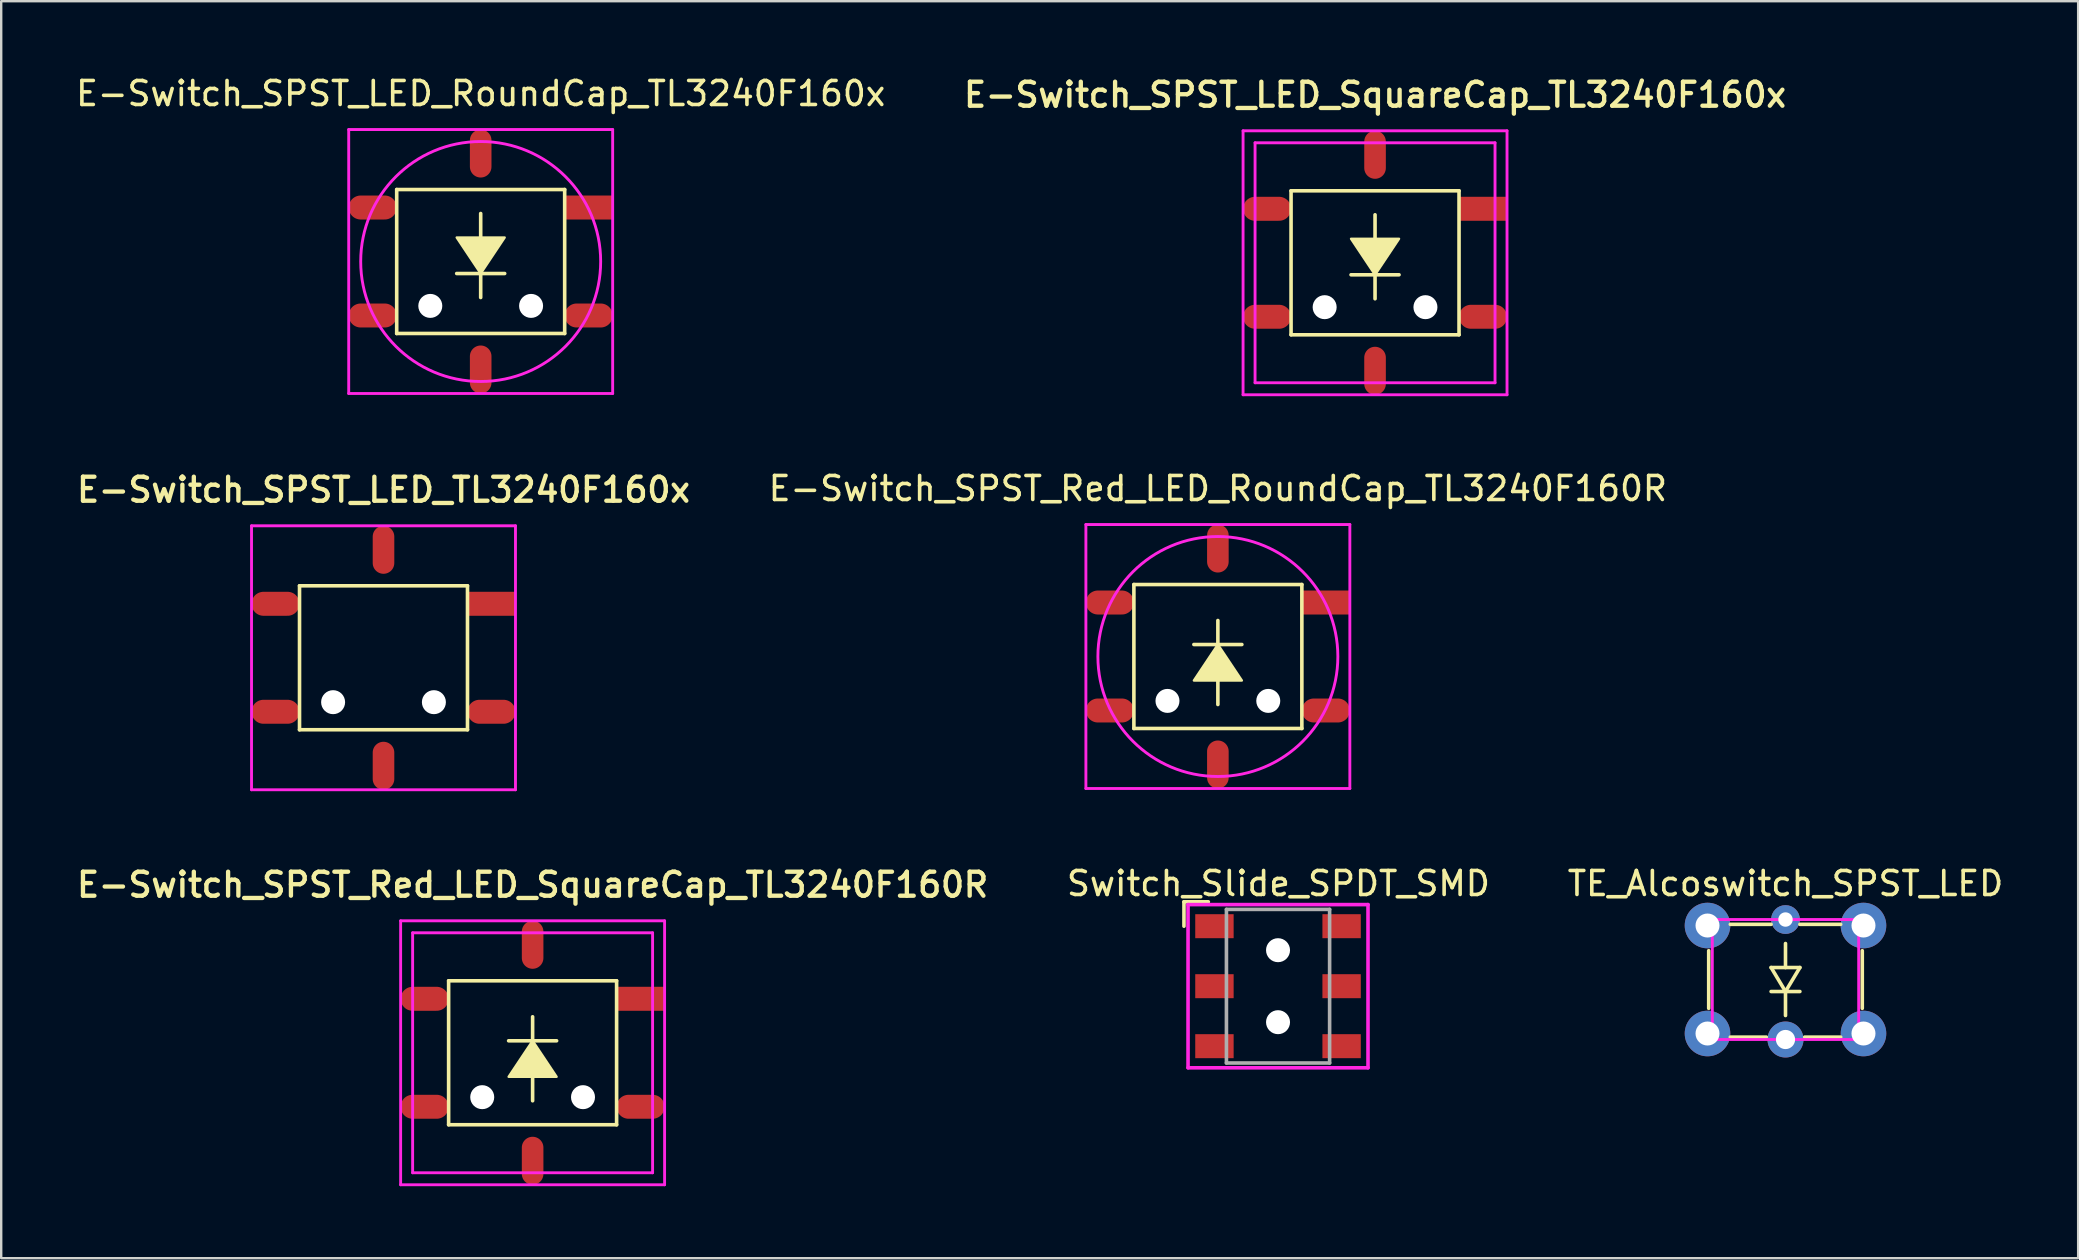
<source format=kicad_pcb>
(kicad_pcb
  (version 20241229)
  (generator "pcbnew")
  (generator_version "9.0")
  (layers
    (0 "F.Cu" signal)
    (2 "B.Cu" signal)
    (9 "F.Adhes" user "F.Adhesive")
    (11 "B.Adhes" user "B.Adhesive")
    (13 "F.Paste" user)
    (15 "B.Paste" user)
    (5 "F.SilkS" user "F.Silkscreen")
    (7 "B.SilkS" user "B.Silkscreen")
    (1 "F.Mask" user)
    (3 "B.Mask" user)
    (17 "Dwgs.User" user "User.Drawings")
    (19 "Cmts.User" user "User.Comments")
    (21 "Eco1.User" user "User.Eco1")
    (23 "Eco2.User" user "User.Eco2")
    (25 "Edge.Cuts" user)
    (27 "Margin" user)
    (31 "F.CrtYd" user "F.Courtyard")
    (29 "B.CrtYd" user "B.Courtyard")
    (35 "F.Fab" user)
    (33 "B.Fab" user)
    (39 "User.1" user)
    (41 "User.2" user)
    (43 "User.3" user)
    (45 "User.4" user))
  (footprint "E-Switch_SPST_LED_SquareCap_TL3240F160x"
    (layer "F.Cu")
    (at 54.253 7.901)
    (property "Reference" "E-Switch_SPST_LED_SquareCap_TL3240F160x" (at 0 -7 0) (layer "F.SilkS") (effects (font (size 1 1) (thickness 0.18))))
    (attr through_hole)
    (fp_line (start -3.5 -3) (end 3.5 -3) (stroke (width 0.15) (type solid)) (layer "F.SilkS"))
    (fp_line (start -3.5 3) (end -3.5 -3) (stroke (width 0.15) (type solid)) (layer "F.SilkS"))
    (fp_line (start 0 -2) (end 0 1.5) (stroke (width 0.15) (type solid)) (layer "F.SilkS"))
    (fp_line (start 1 0.5) (end -1 0.5) (stroke (width 0.15) (type solid)) (layer "F.SilkS"))
    (fp_line (start 3.5 -3) (end 3.5 3) (stroke (width 0.15) (type solid)) (layer "F.SilkS"))
    (fp_line (start 3.5 3) (end -3.5 3) (stroke (width 0.15) (type solid)) (layer "F.SilkS"))
    (fp_poly (pts (xy 0 0.5) (xy 1 -1) (xy -1 -1)) (stroke (width 0.1) (type solid)) (fill yes) (layer "F.SilkS"))
    (fp_line (start -5.5 -5.5) (end 5.5 -5.5) (stroke (width 0.12) (type solid)) (layer "F.CrtYd"))
    (fp_line (start -5.5 5.5) (end -5.5 -5.5) (stroke (width 0.12) (type solid)) (layer "F.CrtYd"))
    (fp_line (start -5 -5) (end 5 -5) (stroke (width 0.12) (type solid)) (layer "F.CrtYd"))
    (fp_line (start -5 5) (end -5 -5) (stroke (width 0.12) (type solid)) (layer "F.CrtYd"))
    (fp_line (start 5 -5) (end 5 5) (stroke (width 0.12) (type solid)) (layer "F.CrtYd"))
    (fp_line (start 5 5) (end -5 5) (stroke (width 0.12) (type solid)) (layer "F.CrtYd"))
    (fp_line (start 5.5 -5.5) (end 5.5 5.5) (stroke (width 0.12) (type solid)) (layer "F.CrtYd"))
    (fp_line (start 5.5 5.5) (end -5.5 5.5) (stroke (width 0.12) (type solid)) (layer "F.CrtYd"))
    (pad "" np_thru_hole circle (at -2.1 1.85) (size 1 1) (drill 1) (layers "*.Cu" "*.Mask"))
    (pad "" np_thru_hole circle (at 2.1 1.85) (size 1 1) (drill 1) (layers "*.Cu" "*.Mask"))
    (pad "1" smd rect (at 4.5 -2.25) (size 2 1) (layers "F.Cu" "F.Mask" "F.Paste"))
    (pad "2" smd oval (at -4.5 -2.25) (size 2 1) (layers "F.Cu" "F.Mask" "F.Paste"))
    (pad "3" smd oval (at 4.5 2.25) (size 2 1) (layers "F.Cu" "F.Mask" "F.Paste"))
    (pad "4" smd oval (at -4.5 2.25) (size 2 1) (layers "F.Cu" "F.Mask" "F.Paste"))
    (pad "A" smd oval (at 0 -4.5) (size 0.9 2) (layers "F.Cu" "F.Mask" "F.Paste"))
    (pad "K" smd oval (at 0 4.5) (size 0.9 2) (layers "F.Cu" "F.Mask" "F.Paste")))
  (footprint "TE_Alcoswitch_SPST_LED"
    (layer "F.Cu")
    (at 71.358 37.77)
    (property "Reference" "TE_Alcoswitch_SPST_LED" (at 0 -4 0) (layer "F.SilkS") (effects (font (size 1 1) (thickness 0.15))))
    (attr through_hole)
    (fp_line (start -3.2 1.2) (end -3.2 -1.2) (stroke (width 0.15) (type solid)) (layer "F.SilkS"))
    (fp_line (start -2.3 -2.3) (end -0.6 -2.3) (stroke (width 0.15) (type solid)) (layer "F.SilkS"))
    (fp_line (start -2.3 2.4) (end -0.8 2.4) (stroke (width 0.15) (type solid)) (layer "F.SilkS"))
    (fp_line (start -0.6 -0.5) (end 0.6 -0.5) (stroke (width 0.15) (type solid)) (layer "F.SilkS"))
    (fp_line (start -0.6 0.5) (end 0.6 0.5) (stroke (width 0.15) (type solid)) (layer "F.SilkS"))
    (fp_line (start 0 -0.5) (end 0 -1.5) (stroke (width 0.15) (type solid)) (layer "F.SilkS"))
    (fp_line (start 0 0.5) (end -0.6 -0.5) (stroke (width 0.15) (type solid)) (layer "F.SilkS"))
    (fp_line (start 0 0.5) (end 0 1.5) (stroke (width 0.15) (type solid)) (layer "F.SilkS"))
    (fp_line (start 0.6 -0.5) (end 0 0.5) (stroke (width 0.15) (type solid)) (layer "F.SilkS"))
    (fp_line (start 2.3 -2.3) (end 0.6 -2.3) (stroke (width 0.15) (type solid)) (layer "F.SilkS"))
    (fp_line (start 2.3 2.4) (end 0.8 2.4) (stroke (width 0.15) (type solid)) (layer "F.SilkS"))
    (fp_line (start 3.2 -1.2) (end 3.2 1.2) (stroke (width 0.15) (type solid)) (layer "F.SilkS"))
    (fp_line (start -3.05 -2.5) (end 3.05 -2.5) (stroke (width 0.12) (type solid)) (layer "F.CrtYd"))
    (fp_line (start -3.05 2.5) (end -3.05 -2.5) (stroke (width 0.12) (type solid)) (layer "F.CrtYd"))
    (fp_line (start 3.05 -2.5) (end 3.05 2.5) (stroke (width 0.12) (type solid)) (layer "F.CrtYd"))
    (fp_line (start 3.05 2.5) (end -3.05 2.5) (stroke (width 0.12) (type solid)) (layer "F.CrtYd"))
    (pad "1" thru_hole circle (at -3.25 -2.25) (size 1.9 1.9) (drill 1) (layers "*.Cu" "*.Mask"))
    (pad "2" thru_hole circle (at 3.25 -2.25) (size 1.9 1.9) (drill 1) (layers "*.Cu" "*.Mask"))
    (pad "3" thru_hole circle (at -3.25 2.25) (size 1.9 1.9) (drill 1) (layers "*.Cu" "*.Mask"))
    (pad "4" thru_hole circle (at 3.25 2.25) (size 1.9 1.9) (drill 1) (layers "*.Cu" "*.Mask"))
    (pad "A" thru_hole circle (at 0 -2.5) (size 1.2 1.2) (drill 0.6) (layers "*.Cu" "*.Mask"))
    (pad "K" thru_hole circle (at 0 2.5) (size 1.5 1.5) (drill 0.8) (layers "*.Cu" "*.Mask")))
  (footprint "E-Switch_SPST_Red_LED_RoundCap_TL3240F160R"
    (layer "F.Cu")
    (at 47.703 24.309)
    (property "Reference" "E-Switch_SPST_Red_LED_RoundCap_TL3240F160R" (at 0 -7 0) (layer "F.SilkS") (effects (font (size 1 1) (thickness 0.15))))
    (attr through_hole)
    (fp_line (start -3.5 -3) (end 3.5 -3) (stroke (width 0.15) (type solid)) (layer "F.SilkS"))
    (fp_line (start -3.5 3) (end -3.5 -3) (stroke (width 0.15) (type solid)) (layer "F.SilkS"))
    (fp_line (start -1 -0.5) (end 1 -0.5) (stroke (width 0.15) (type solid)) (layer "F.SilkS"))
    (fp_line (start 0 2) (end 0 -1.5) (stroke (width 0.15) (type solid)) (layer "F.SilkS"))
    (fp_line (start 3.5 -3) (end 3.5 3) (stroke (width 0.15) (type solid)) (layer "F.SilkS"))
    (fp_line (start 3.5 3) (end -3.5 3) (stroke (width 0.15) (type solid)) (layer "F.SilkS"))
    (fp_poly (pts (xy 0 -0.5) (xy -1 1) (xy 1 1)) (stroke (width 0.1) (type solid)) (fill yes) (layer "F.SilkS"))
    (fp_line (start -5.5 -5.5) (end 5.5 -5.5) (stroke (width 0.12) (type solid)) (layer "F.CrtYd"))
    (fp_line (start -5.5 5.5) (end -5.5 -5.5) (stroke (width 0.12) (type solid)) (layer "F.CrtYd"))
    (fp_line (start 5.5 -5.5) (end 5.5 5.5) (stroke (width 0.12) (type solid)) (layer "F.CrtYd"))
    (fp_line (start 5.5 5.5) (end -5.5 5.5) (stroke (width 0.12) (type solid)) (layer "F.CrtYd"))
    (fp_circle (center 0 0) (end 5 0) (stroke (width 0.12) (type solid)) (fill no) (layer "F.CrtYd"))
    (pad "" np_thru_hole circle (at -2.1 1.85) (size 1 1) (drill 1) (layers "*.Cu" "*.Mask"))
    (pad "" np_thru_hole circle (at 2.1 1.85) (size 1 1) (drill 1) (layers "*.Cu" "*.Mask"))
    (pad "1" smd rect (at 4.5 -2.25) (size 2 1) (layers "F.Cu" "F.Mask" "F.Paste"))
    (pad "2" smd oval (at -4.5 -2.25) (size 2 1) (layers "F.Cu" "F.Mask" "F.Paste"))
    (pad "3" smd oval (at 4.5 2.25) (size 2 1) (layers "F.Cu" "F.Mask" "F.Paste"))
    (pad "4" smd oval (at -4.5 2.25) (size 2 1) (layers "F.Cu" "F.Mask" "F.Paste"))
    (pad "A" smd oval (at 0 4.5) (size 0.9 2) (layers "F.Cu" "F.Mask" "F.Paste"))
    (pad "K" smd oval (at 0 -4.5) (size 0.9 2) (layers "F.Cu" "F.Mask" "F.Paste")))
  (footprint "E-Switch_SPST_Red_LED_SquareCap_TL3240F160R"
    (layer "F.Cu")
    (at 19.146 40.823)
    (property "Reference" "E-Switch_SPST_Red_LED_SquareCap_TL3240F160R" (at 0 -7 0) (layer "F.SilkS") (effects (font (size 1 1) (thickness 0.18))))
    (attr through_hole)
    (fp_line (start -3.5 -3) (end 3.5 -3) (stroke (width 0.15) (type solid)) (layer "F.SilkS"))
    (fp_line (start -3.5 3) (end -3.5 -3) (stroke (width 0.15) (type solid)) (layer "F.SilkS"))
    (fp_line (start -1 -0.5) (end 1 -0.5) (stroke (width 0.15) (type solid)) (layer "F.SilkS"))
    (fp_line (start 0 2) (end 0 -1.5) (stroke (width 0.15) (type solid)) (layer "F.SilkS"))
    (fp_line (start 3.5 -3) (end 3.5 3) (stroke (width 0.15) (type solid)) (layer "F.SilkS"))
    (fp_line (start 3.5 3) (end -3.5 3) (stroke (width 0.15) (type solid)) (layer "F.SilkS"))
    (fp_poly (pts (xy 0 -0.5) (xy -1 1) (xy 1 1)) (stroke (width 0.1) (type solid)) (fill yes) (layer "F.SilkS"))
    (fp_line (start -5.5 -5.5) (end 5.5 -5.5) (stroke (width 0.12) (type solid)) (layer "F.CrtYd"))
    (fp_line (start -5.5 5.5) (end -5.5 -5.5) (stroke (width 0.12) (type solid)) (layer "F.CrtYd"))
    (fp_line (start -5 -5) (end 5 -5) (stroke (width 0.12) (type solid)) (layer "F.CrtYd"))
    (fp_line (start -5 5) (end -5 -5) (stroke (width 0.12) (type solid)) (layer "F.CrtYd"))
    (fp_line (start 5 -5) (end 5 5) (stroke (width 0.12) (type solid)) (layer "F.CrtYd"))
    (fp_line (start 5 5) (end -5 5) (stroke (width 0.12) (type solid)) (layer "F.CrtYd"))
    (fp_line (start 5.5 -5.5) (end 5.5 5.5) (stroke (width 0.12) (type solid)) (layer "F.CrtYd"))
    (fp_line (start 5.5 5.5) (end -5.5 5.5) (stroke (width 0.12) (type solid)) (layer "F.CrtYd"))
    (pad "" np_thru_hole circle (at -2.1 1.85) (size 1 1) (drill 1) (layers "*.Cu" "*.Mask"))
    (pad "" np_thru_hole circle (at 2.1 1.85) (size 1 1) (drill 1) (layers "*.Cu" "*.Mask"))
    (pad "1" smd rect (at 4.5 -2.25) (size 2 1) (layers "F.Cu" "F.Mask" "F.Paste"))
    (pad "2" smd oval (at -4.5 -2.25) (size 2 1) (layers "F.Cu" "F.Mask" "F.Paste"))
    (pad "3" smd oval (at 4.5 2.25) (size 2 1) (layers "F.Cu" "F.Mask" "F.Paste"))
    (pad "4" smd oval (at -4.5 2.25) (size 2 1) (layers "F.Cu" "F.Mask" "F.Paste"))
    (pad "A" smd oval (at 0 4.5) (size 0.9 2) (layers "F.Cu" "F.Mask" "F.Paste"))
    (pad "K" smd oval (at 0 -4.5) (size 0.9 2) (layers "F.Cu" "F.Mask" "F.Paste")))
  (footprint "E-Switch_SPST_LED_RoundCap_TL3240F160x"
    (layer "F.Cu")
    (at 16.982 7.848)
    (property "Reference" "E-Switch_SPST_LED_RoundCap_TL3240F160x" (at 0 -7 0) (layer "F.SilkS") (effects (font (size 1 1) (thickness 0.15))))
    (attr through_hole)
    (fp_line (start -3.5 -3) (end 3.5 -3) (stroke (width 0.15) (type solid)) (layer "F.SilkS"))
    (fp_line (start -3.5 3) (end -3.5 -3) (stroke (width 0.15) (type solid)) (layer "F.SilkS"))
    (fp_line (start 0 -2) (end 0 1.5) (stroke (width 0.15) (type solid)) (layer "F.SilkS"))
    (fp_line (start 1 0.5) (end -1 0.5) (stroke (width 0.15) (type solid)) (layer "F.SilkS"))
    (fp_line (start 3.5 -3) (end 3.5 3) (stroke (width 0.15) (type solid)) (layer "F.SilkS"))
    (fp_line (start 3.5 3) (end -3.5 3) (stroke (width 0.15) (type solid)) (layer "F.SilkS"))
    (fp_poly (pts (xy 0 0.5) (xy 1 -1) (xy -1 -1)) (stroke (width 0.1) (type solid)) (fill yes) (layer "F.SilkS"))
    (fp_line (start -5.5 -5.5) (end 5.5 -5.5) (stroke (width 0.12) (type solid)) (layer "F.CrtYd"))
    (fp_line (start -5.5 5.5) (end -5.5 -5.5) (stroke (width 0.12) (type solid)) (layer "F.CrtYd"))
    (fp_line (start 5.5 -5.5) (end 5.5 5.5) (stroke (width 0.12) (type solid)) (layer "F.CrtYd"))
    (fp_line (start 5.5 5.5) (end -5.5 5.5) (stroke (width 0.12) (type solid)) (layer "F.CrtYd"))
    (fp_circle (center 0 0) (end 5 0) (stroke (width 0.12) (type solid)) (fill no) (layer "F.CrtYd"))
    (pad "" np_thru_hole circle (at -2.1 1.85) (size 1 1) (drill 1) (layers "*.Cu" "*.Mask"))
    (pad "" np_thru_hole circle (at 2.1 1.85) (size 1 1) (drill 1) (layers "*.Cu" "*.Mask"))
    (pad "1" smd rect (at 4.5 -2.25) (size 2 1) (layers "F.Cu" "F.Mask" "F.Paste"))
    (pad "2" smd oval (at -4.5 -2.25) (size 2 1) (layers "F.Cu" "F.Mask" "F.Paste"))
    (pad "3" smd oval (at 4.5 2.25) (size 2 1) (layers "F.Cu" "F.Mask" "F.Paste"))
    (pad "4" smd oval (at -4.5 2.25) (size 2 1) (layers "F.Cu" "F.Mask" "F.Paste"))
    (pad "A" smd oval (at 0 -4.5) (size 0.9 2) (layers "F.Cu" "F.Mask" "F.Paste"))
    (pad "K" smd oval (at 0 4.5) (size 0.9 2) (layers "F.Cu" "F.Mask" "F.Paste")))
  (footprint "Switch_Slide_SPDT_SMD"
    (layer "F.Cu")
    (at 47.56 35.548)
    (property "Reference" "Switch_Slide_SPDT_SMD" (at 2.667 -1.778 0) (layer "F.SilkS") (effects (font (size 1 1) (thickness 0.15))))
    (attr through_hole)
    (fp_line (start -1.27 -1.016) (end -0.254 -1.016) (stroke (width 0.15) (type solid)) (layer "F.SilkS"))
    (fp_line (start -1.27 0) (end -1.27 -1.016) (stroke (width 0.15) (type solid)) (layer "F.SilkS"))
    (fp_line (start -1.1 -0.9) (end 6.4 -0.9) (stroke (width 0.15) (type solid)) (layer "F.CrtYd"))
    (fp_line (start -1.1 5.9) (end -1.1 -0.9) (stroke (width 0.15) (type solid)) (layer "F.CrtYd"))
    (fp_line (start 6.4 -0.9) (end 6.4 5.9) (stroke (width 0.15) (type solid)) (layer "F.CrtYd"))
    (fp_line (start 6.4 5.9) (end -1.1 5.9) (stroke (width 0.15) (type solid)) (layer "F.CrtYd"))
    (fp_line (start 0.5 -0.7) (end 4.8 -0.7) (stroke (width 0.15) (type solid)) (layer "F.Fab"))
    (fp_line (start 0.5 5.7) (end 0.5 -0.7) (stroke (width 0.15) (type solid)) (layer "F.Fab"))
    (fp_line (start 4.8 -0.7) (end 4.8 5.7) (stroke (width 0.15) (type solid)) (layer "F.Fab"))
    (fp_line (start 4.8 5.7) (end 0.5 5.7) (stroke (width 0.15) (type solid)) (layer "F.Fab"))
    (pad "" np_thru_hole circle (at 2.65 1) (size 1 1) (drill 1) (layers "*.Cu" "*.Mask"))
    (pad "" np_thru_hole circle (at 2.65 4) (size 1 1) (drill 1) (layers "*.Cu" "*.Mask"))
    (pad "1" smd rect (at 0 0) (size 1.6 1) (layers "F.Cu" "F.Mask" "F.Paste"))
    (pad "1" smd rect (at 5.3 0) (size 1.6 1) (layers "F.Cu" "F.Mask" "F.Paste"))
    (pad "2" smd rect (at 0 2.5) (size 1.6 1) (layers "F.Cu" "F.Mask" "F.Paste"))
    (pad "2" smd rect (at 5.3 2.5) (size 1.6 1) (layers "F.Cu" "F.Mask" "F.Paste"))
    (pad "3" smd rect (at 0 5) (size 1.6 1) (layers "F.Cu" "F.Mask" "F.Paste"))
    (pad "3" smd rect (at 5.3 5) (size 1.6 1) (layers "F.Cu" "F.Mask" "F.Paste")))
  (footprint "E-Switch_SPST_LED_TL3240F160x"
    (layer "F.Cu")
    (at 12.932 24.362)
    (property "Reference" "E-Switch_SPST_LED_TL3240F160x" (at 0 -7 0) (layer "F.SilkS") (effects (font (size 1 1) (thickness 0.18))))
    (attr through_hole)
    (fp_line (start -3.5 -3) (end 3.5 -3) (stroke (width 0.15) (type solid)) (layer "F.SilkS"))
    (fp_line (start -3.5 3) (end -3.5 -3) (stroke (width 0.15) (type solid)) (layer "F.SilkS"))
    (fp_line (start 3.5 -3) (end 3.5 3) (stroke (width 0.15) (type solid)) (layer "F.SilkS"))
    (fp_line (start 3.5 3) (end -3.5 3) (stroke (width 0.15) (type solid)) (layer "F.SilkS"))
    (fp_line (start -5.5 -5.5) (end 5.5 -5.5) (stroke (width 0.12) (type solid)) (layer "F.CrtYd"))
    (fp_line (start -5.5 5.5) (end -5.5 -5.5) (stroke (width 0.12) (type solid)) (layer "F.CrtYd"))
    (fp_line (start 5.5 -5.5) (end 5.5 5.5) (stroke (width 0.12) (type solid)) (layer "F.CrtYd"))
    (fp_line (start 5.5 5.5) (end -5.5 5.5) (stroke (width 0.12) (type solid)) (layer "F.CrtYd"))
    (pad "" np_thru_hole circle (at -2.1 1.85) (size 1 1) (drill 1) (layers "*.Cu" "*.Mask"))
    (pad "" np_thru_hole circle (at 2.1 1.85) (size 1 1) (drill 1) (layers "*.Cu" "*.Mask"))
    (pad "1" smd rect (at 4.5 -2.25) (size 2 1) (layers "F.Cu" "F.Mask" "F.Paste"))
    (pad "2" smd oval (at -4.5 -2.25) (size 2 1) (layers "F.Cu" "F.Mask" "F.Paste"))
    (pad "3" smd oval (at 4.5 2.25) (size 2 1) (layers "F.Cu" "F.Mask" "F.Paste"))
    (pad "4" smd oval (at -4.5 2.25) (size 2 1) (layers "F.Cu" "F.Mask" "F.Paste"))
    (pad "5" smd oval (at 0 4.5) (size 0.9 2) (layers "F.Cu" "F.Mask" "F.Paste"))
    (pad "6" smd oval (at 0 -4.5) (size 0.9 2) (layers "F.Cu" "F.Mask" "F.Paste")))
  (gr_rect
    (start -3 -3)
    (end 83.554 49.383)
    (stroke (width 0.1) (type default))
    (fill no)
    (layer "Edge.Cuts")))
</source>
